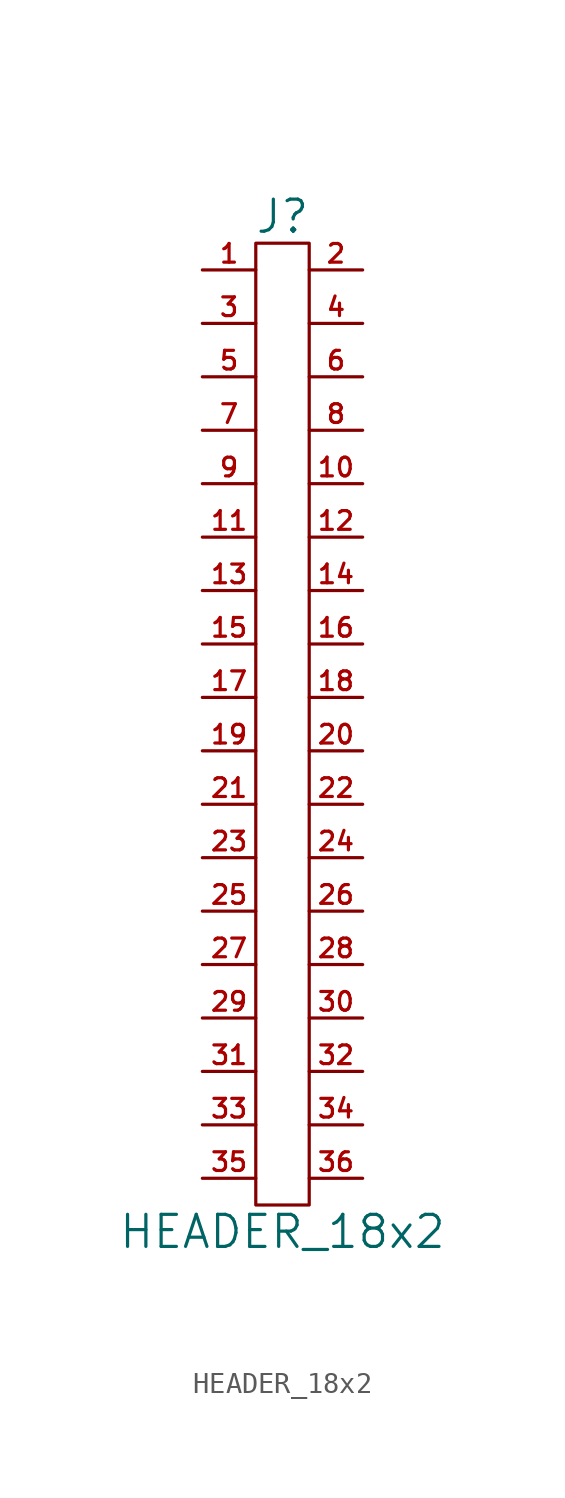
<source format=kicad_sym>
(kicad_symbol_lib
  (version 20220914)
  (generator kicad_symbol_editor)
  (symbol "HEADER_18x2"
    (pin_names
      (offset 0))
    (property "Reference" "J"
      (at 0 24.13 0)
      (effects (font (size 1.524 1.524))))
    (property "Value" "HEADER_18x2"
      (at 0 -24.13 0)
      (effects (font (size 1.524 1.524))))
    (property "Footprint" ""
      (at 0 0 0)
      (effects (font (size 1.524 1.524))))
    (property "Datasheet" ""
      (at 0 0 0)
      (effects (font (size 1.524 1.524))))
    (symbol "HEADER_18x2_0_1"
      (rectangle (start -1.27 22.86) (end 1.27 -22.86) (stroke (width 0) (type solid)) (fill (type none))))
    (symbol "HEADER_18x2_1_1"
      (pin passive line (at -3.81 21.59 0) (length 2.54) (name "~" (effects (font (size 0.889 0.889)))) (number "1" (effects (font (size 0.889 0.889)))))
      (pin passive line (at 3.81 11.43 180) (length 2.54) (name "~" (effects (font (size 1.27 1.27)))) (number "10" (effects (font (size 0.889 0.889)))))
      (pin passive line (at -3.81 8.89 0) (length 2.54) (name "~" (effects (font (size 1.27 1.27)))) (number "11" (effects (font (size 0.889 0.889)))))
      (pin passive line (at 3.81 8.89 180) (length 2.54) (name "~" (effects (font (size 1.27 1.27)))) (number "12" (effects (font (size 0.889 0.889)))))
      (pin passive line (at -3.81 6.35 0) (length 2.54) (name "~" (effects (font (size 1.27 1.27)))) (number "13" (effects (font (size 0.889 0.889)))))
      (pin passive line (at 3.81 6.35 180) (length 2.54) (name "~" (effects (font (size 1.27 1.27)))) (number "14" (effects (font (size 0.889 0.889)))))
      (pin passive line (at -3.81 3.81 0) (length 2.54) (name "~" (effects (font (size 1.27 1.27)))) (number "15" (effects (font (size 0.889 0.889)))))
      (pin passive line (at 3.81 3.81 180) (length 2.54) (name "~" (effects (font (size 1.27 1.27)))) (number "16" (effects (font (size 0.889 0.889)))))
      (pin passive line (at -3.81 1.27 0) (length 2.54) (name "~" (effects (font (size 1.27 1.27)))) (number "17" (effects (font (size 0.889 0.889)))))
      (pin passive line (at 3.81 1.27 180) (length 2.54) (name "~" (effects (font (size 1.27 1.27)))) (number "18" (effects (font (size 0.889 0.889)))))
      (pin passive line (at -3.81 -1.27 0) (length 2.54) (name "~" (effects (font (size 1.27 1.27)))) (number "19" (effects (font (size 0.889 0.889)))))
      (pin passive line (at 3.81 21.59 180) (length 2.54) (name "~" (effects (font (size 1.27 1.27)))) (number "2" (effects (font (size 0.889 0.889)))))
      (pin passive line (at 3.81 -1.27 180) (length 2.54) (name "~" (effects (font (size 1.27 1.27)))) (number "20" (effects (font (size 0.889 0.889)))))
      (pin passive line (at -3.81 -3.81 0) (length 2.54) (name "~" (effects (font (size 1.27 1.27)))) (number "21" (effects (font (size 0.889 0.889)))))
      (pin passive line (at 3.81 -3.81 180) (length 2.54) (name "~" (effects (font (size 1.27 1.27)))) (number "22" (effects (font (size 0.889 0.889)))))
      (pin passive line (at -3.81 -6.35 0) (length 2.54) (name "~" (effects (font (size 1.27 1.27)))) (number "23" (effects (font (size 0.889 0.889)))))
      (pin passive line (at 3.81 -6.35 180) (length 2.54) (name "~" (effects (font (size 1.27 1.27)))) (number "24" (effects (font (size 0.889 0.889)))))
      (pin passive line (at -3.81 -8.89 0) (length 2.54) (name "~" (effects (font (size 1.27 1.27)))) (number "25" (effects (font (size 0.889 0.889)))))
      (pin passive line (at 3.81 -8.89 180) (length 2.54) (name "~" (effects (font (size 1.27 1.27)))) (number "26" (effects (font (size 0.889 0.889)))))
      (pin passive line (at -3.81 -11.43 0) (length 2.54) (name "~" (effects (font (size 1.27 1.27)))) (number "27" (effects (font (size 0.889 0.889)))))
      (pin passive line (at 3.81 -11.43 180) (length 2.54) (name "~" (effects (font (size 1.27 1.27)))) (number "28" (effects (font (size 0.889 0.889)))))
      (pin passive line (at -3.81 -13.97 0) (length 2.54) (name "~" (effects (font (size 1.27 1.27)))) (number "29" (effects (font (size 0.889 0.889)))))
      (pin passive line (at -3.81 19.05 0) (length 2.54) (name "~" (effects (font (size 1.27 1.27)))) (number "3" (effects (font (size 0.889 0.889)))))
      (pin passive line (at 3.81 -13.97 180) (length 2.54) (name "~" (effects (font (size 1.27 1.27)))) (number "30" (effects (font (size 0.889 0.889)))))
      (pin passive line (at -3.81 -16.51 0) (length 2.54) (name "~" (effects (font (size 1.27 1.27)))) (number "31" (effects (font (size 0.889 0.889)))))
      (pin passive line (at 3.81 -16.51 180) (length 2.54) (name "~" (effects (font (size 1.27 1.27)))) (number "32" (effects (font (size 0.889 0.889)))))
      (pin passive line (at -3.81 -19.05 0) (length 2.54) (name "~" (effects (font (size 1.27 1.27)))) (number "33" (effects (font (size 0.889 0.889)))))
      (pin passive line (at 3.81 -19.05 180) (length 2.54) (name "~" (effects (font (size 1.27 1.27)))) (number "34" (effects (font (size 0.889 0.889)))))
      (pin passive line (at -3.81 -21.59 0) (length 2.54) (name "~" (effects (font (size 1.27 1.27)))) (number "35" (effects (font (size 0.889 0.889)))))
      (pin passive line (at 3.81 -21.59 180) (length 2.54) (name "~" (effects (font (size 1.27 1.27)))) (number "36" (effects (font (size 0.889 0.889)))))
      (pin passive line (at 3.81 19.05 180) (length 2.54) (name "~" (effects (font (size 1.27 1.27)))) (number "4" (effects (font (size 0.889 0.889)))))
      (pin passive line (at -3.81 16.51 0) (length 2.54) (name "~" (effects (font (size 1.27 1.27)))) (number "5" (effects (font (size 0.889 0.889)))))
      (pin passive line (at 3.81 16.51 180) (length 2.54) (name "~" (effects (font (size 1.27 1.27)))) (number "6" (effects (font (size 0.889 0.889)))))
      (pin passive line (at -3.81 13.97 0) (length 2.54) (name "~" (effects (font (size 1.27 1.27)))) (number "7" (effects (font (size 0.889 0.889)))))
      (pin passive line (at 3.81 13.97 180) (length 2.54) (name "~" (effects (font (size 1.27 1.27)))) (number "8" (effects (font (size 0.889 0.889)))))
      (pin passive line (at -3.81 11.43 0) (length 2.54) (name "~" (effects (font (size 1.27 1.27)))) (number "9" (effects (font (size 0.889 0.889))))))))
</source>
